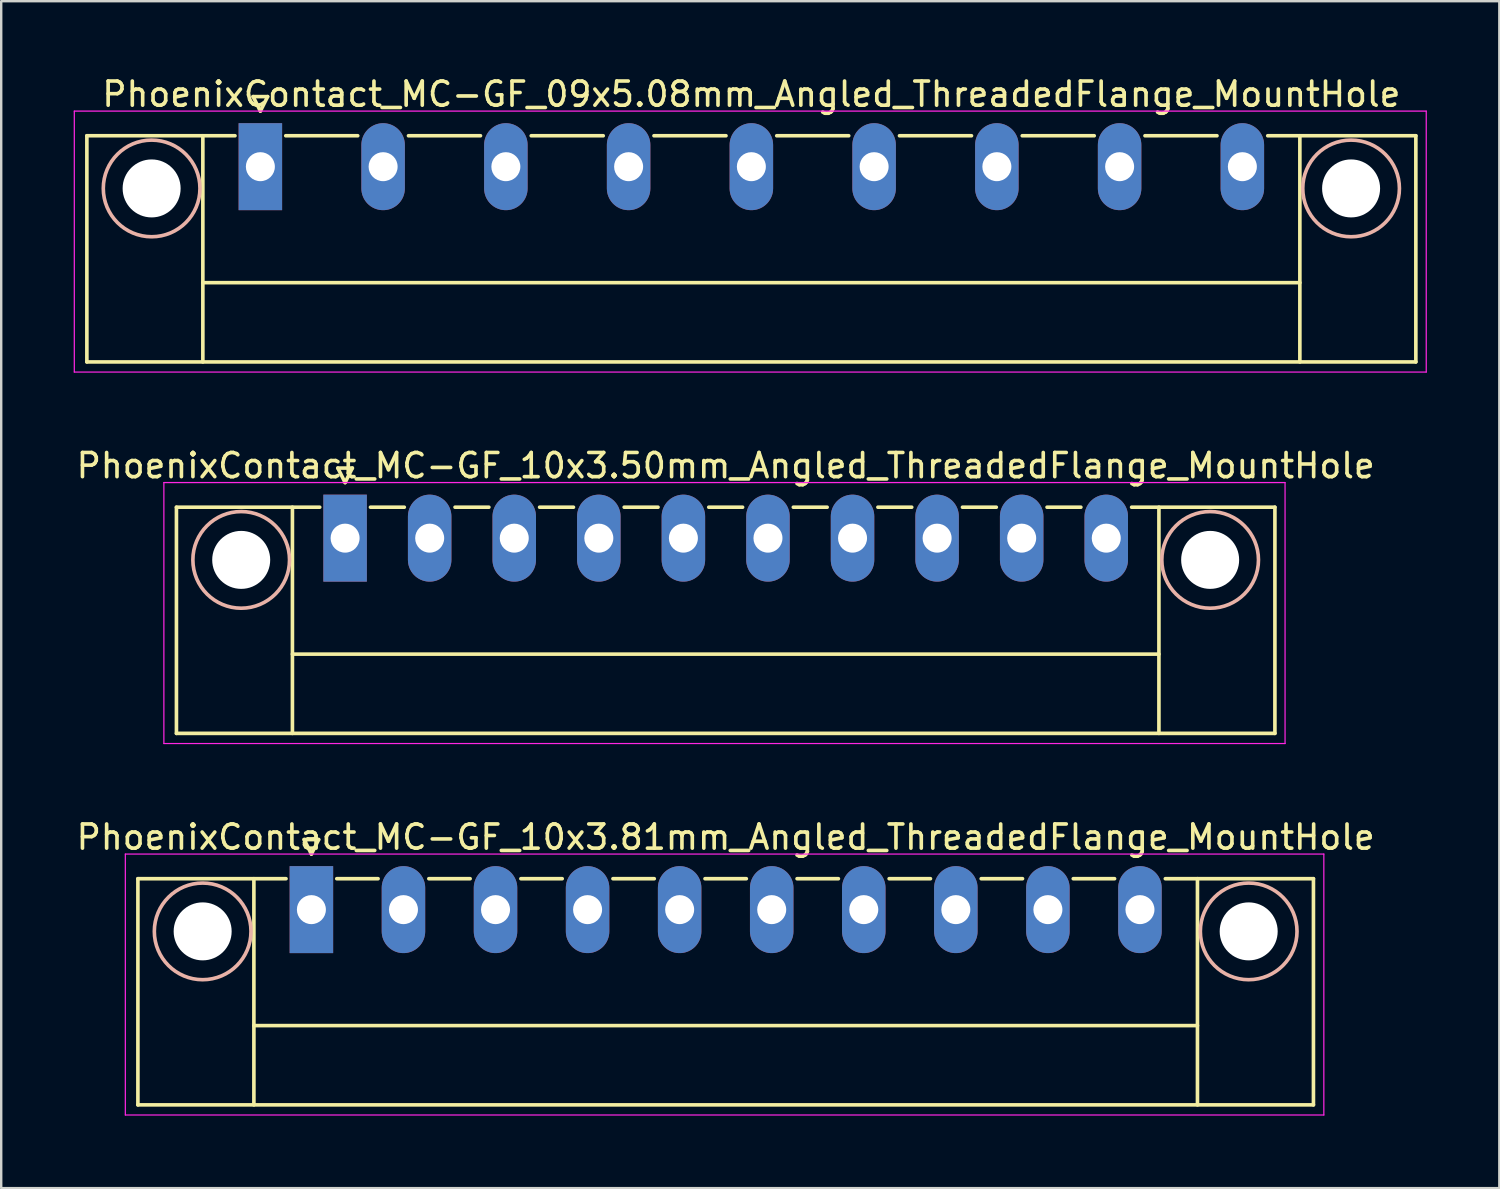
<source format=kicad_pcb>
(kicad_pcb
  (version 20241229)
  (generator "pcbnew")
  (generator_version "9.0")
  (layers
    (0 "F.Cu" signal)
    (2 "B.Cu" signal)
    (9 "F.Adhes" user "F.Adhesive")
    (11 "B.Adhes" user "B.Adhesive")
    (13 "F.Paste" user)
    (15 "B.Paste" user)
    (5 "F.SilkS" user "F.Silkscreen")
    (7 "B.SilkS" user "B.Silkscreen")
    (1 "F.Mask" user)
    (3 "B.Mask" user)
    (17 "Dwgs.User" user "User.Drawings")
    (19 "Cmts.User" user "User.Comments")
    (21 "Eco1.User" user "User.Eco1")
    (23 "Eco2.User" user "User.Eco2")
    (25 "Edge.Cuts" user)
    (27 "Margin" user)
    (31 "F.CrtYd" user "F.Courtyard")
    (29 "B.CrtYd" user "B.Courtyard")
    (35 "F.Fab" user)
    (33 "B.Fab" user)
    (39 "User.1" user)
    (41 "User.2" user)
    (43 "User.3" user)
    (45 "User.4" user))
  (footprint "PhoenixContact_MC-GF_10x3.50mm_Angled_ThreadedFlange_MountHole"
    (layer "F.Cu")
    (at 11.232 19.221)
    (property "Reference" "PhoenixContact_MC-GF_10x3.50mm_Angled_ThreadedFlange_MountHole" (at 15.75 -3 0) (layer "F.SilkS") (effects (font (size 1 1) (thickness 0.15))))
    (attr through_hole)
    (fp_line (start -6.98 -1.28) (end -6.98 8.08) (stroke (width 0.15) (type solid)) (layer "F.SilkS"))
    (fp_line (start -6.98 -1.28) (end -1.05 -1.28) (stroke (width 0.15) (type solid)) (layer "F.SilkS"))
    (fp_line (start -6.98 8.08) (end 38.48 8.08) (stroke (width 0.15) (type solid)) (layer "F.SilkS"))
    (fp_line (start -2.18 -1.28) (end -2.18 8.08) (stroke (width 0.15) (type solid)) (layer "F.SilkS"))
    (fp_line (start -2.18 4.8) (end 33.68 4.8) (stroke (width 0.15) (type solid)) (layer "F.SilkS"))
    (fp_line (start -0.3 -2.9) (end 0 -2.3) (stroke (width 0.15) (type solid)) (layer "F.SilkS"))
    (fp_line (start 0 -2.3) (end 0.3 -2.9) (stroke (width 0.15) (type solid)) (layer "F.SilkS"))
    (fp_line (start 0.3 -2.9) (end -0.3 -2.9) (stroke (width 0.15) (type solid)) (layer "F.SilkS"))
    (fp_line (start 1.05 -1.28) (end 2.45 -1.28) (stroke (width 0.15) (type solid)) (layer "F.SilkS"))
    (fp_line (start 4.55 -1.28) (end 5.95 -1.28) (stroke (width 0.15) (type solid)) (layer "F.SilkS"))
    (fp_line (start 8.05 -1.28) (end 9.45 -1.28) (stroke (width 0.15) (type solid)) (layer "F.SilkS"))
    (fp_line (start 11.55 -1.28) (end 12.95 -1.28) (stroke (width 0.15) (type solid)) (layer "F.SilkS"))
    (fp_line (start 15.05 -1.28) (end 16.45 -1.28) (stroke (width 0.15) (type solid)) (layer "F.SilkS"))
    (fp_line (start 18.55 -1.28) (end 19.95 -1.28) (stroke (width 0.15) (type solid)) (layer "F.SilkS"))
    (fp_line (start 22.05 -1.28) (end 23.45 -1.28) (stroke (width 0.15) (type solid)) (layer "F.SilkS"))
    (fp_line (start 25.55 -1.28) (end 26.95 -1.28) (stroke (width 0.15) (type solid)) (layer "F.SilkS"))
    (fp_line (start 29.05 -1.28) (end 30.45 -1.28) (stroke (width 0.15) (type solid)) (layer "F.SilkS"))
    (fp_line (start 33.68 -1.28) (end 33.68 8.08) (stroke (width 0.15) (type solid)) (layer "F.SilkS"))
    (fp_line (start 38.48 -1.28) (end 32.55 -1.28) (stroke (width 0.15) (type solid)) (layer "F.SilkS"))
    (fp_line (start 38.48 8.08) (end 38.48 -1.28) (stroke (width 0.15) (type solid)) (layer "F.SilkS"))
    (fp_circle (center -4.3 0.9) (end -2.3 0.9) (stroke (width 0.15) (type solid)) (fill no) (layer "B.SilkS"))
    (fp_circle (center 35.8 0.9) (end 37.8 0.9) (stroke (width 0.15) (type solid)) (fill no) (layer "B.SilkS"))
    (fp_line (start -7.5 -2.3) (end -7.5 8.5) (stroke (width 0.05) (type solid)) (layer "F.CrtYd"))
    (fp_line (start -7.5 8.5) (end 38.9 8.5) (stroke (width 0.05) (type solid)) (layer "F.CrtYd"))
    (fp_line (start 38.9 -2.3) (end -7.5 -2.3) (stroke (width 0.05) (type solid)) (layer "F.CrtYd"))
    (fp_line (start 38.9 8.5) (end 38.9 -2.3) (stroke (width 0.05) (type solid)) (layer "F.CrtYd"))
    (pad "" np_thru_hole circle (at -4.3 0.9) (size 2.4 2.4) (drill 2.4) (layers "*.Cu" "*.Mask"))
    (pad "" np_thru_hole circle (at 35.8 0.9) (size 2.4 2.4) (drill 2.4) (layers "*.Cu" "*.Mask"))
    (pad "1" thru_hole rect (at 0 0) (size 1.8 3.6) (drill 1.2) (layers "*.Cu" "*.Mask"))
    (pad "2" thru_hole oval (at 3.5 0) (size 1.8 3.6) (drill 1.2) (layers "*.Cu" "*.Mask"))
    (pad "3" thru_hole oval (at 7 0) (size 1.8 3.6) (drill 1.2) (layers "*.Cu" "*.Mask"))
    (pad "4" thru_hole oval (at 10.5 0) (size 1.8 3.6) (drill 1.2) (layers "*.Cu" "*.Mask"))
    (pad "5" thru_hole oval (at 14 0) (size 1.8 3.6) (drill 1.2) (layers "*.Cu" "*.Mask"))
    (pad "6" thru_hole oval (at 17.5 0) (size 1.8 3.6) (drill 1.2) (layers "*.Cu" "*.Mask"))
    (pad "7" thru_hole oval (at 21 0) (size 1.8 3.6) (drill 1.2) (layers "*.Cu" "*.Mask"))
    (pad "8" thru_hole oval (at 24.5 0) (size 1.8 3.6) (drill 1.2) (layers "*.Cu" "*.Mask"))
    (pad "9" thru_hole oval (at 28 0) (size 1.8 3.6) (drill 1.2) (layers "*.Cu" "*.Mask"))
    (pad "10" thru_hole oval (at 31.5 0) (size 1.8 3.6) (drill 1.2) (layers "*.Cu" "*.Mask")))
  (footprint "PhoenixContact_MC-GF_09x5.08mm_Angled_ThreadedFlange_MountHole"
    (layer "F.Cu")
    (at 7.725 3.848)
    (property "Reference" "PhoenixContact_MC-GF_09x5.08mm_Angled_ThreadedFlange_MountHole" (at 20.32 -3 0) (layer "F.SilkS") (effects (font (size 1 1) (thickness 0.15))))
    (attr through_hole)
    (fp_line (start -7.18 -1.28) (end -7.18 8.08) (stroke (width 0.15) (type solid)) (layer "F.SilkS"))
    (fp_line (start -7.18 -1.28) (end -1.05 -1.28) (stroke (width 0.15) (type solid)) (layer "F.SilkS"))
    (fp_line (start -7.18 8.08) (end 47.82 8.08) (stroke (width 0.15) (type solid)) (layer "F.SilkS"))
    (fp_line (start -2.38 -1.28) (end -2.38 8.08) (stroke (width 0.15) (type solid)) (layer "F.SilkS"))
    (fp_line (start -2.38 4.8) (end 43.02 4.8) (stroke (width 0.15) (type solid)) (layer "F.SilkS"))
    (fp_line (start -0.3 -2.9) (end 0 -2.3) (stroke (width 0.15) (type solid)) (layer "F.SilkS"))
    (fp_line (start 0 -2.3) (end 0.3 -2.9) (stroke (width 0.15) (type solid)) (layer "F.SilkS"))
    (fp_line (start 0.3 -2.9) (end -0.3 -2.9) (stroke (width 0.15) (type solid)) (layer "F.SilkS"))
    (fp_line (start 1.05 -1.28) (end 4.03 -1.28) (stroke (width 0.15) (type solid)) (layer "F.SilkS"))
    (fp_line (start 6.13 -1.28) (end 9.11 -1.28) (stroke (width 0.15) (type solid)) (layer "F.SilkS"))
    (fp_line (start 11.21 -1.28) (end 14.19 -1.28) (stroke (width 0.15) (type solid)) (layer "F.SilkS"))
    (fp_line (start 16.29 -1.28) (end 19.27 -1.28) (stroke (width 0.15) (type solid)) (layer "F.SilkS"))
    (fp_line (start 21.37 -1.28) (end 24.35 -1.28) (stroke (width 0.15) (type solid)) (layer "F.SilkS"))
    (fp_line (start 26.45 -1.28) (end 29.43 -1.28) (stroke (width 0.15) (type solid)) (layer "F.SilkS"))
    (fp_line (start 31.53 -1.28) (end 34.51 -1.28) (stroke (width 0.15) (type solid)) (layer "F.SilkS"))
    (fp_line (start 36.61 -1.28) (end 39.59 -1.28) (stroke (width 0.15) (type solid)) (layer "F.SilkS"))
    (fp_line (start 43.02 -1.28) (end 43.02 8.08) (stroke (width 0.15) (type solid)) (layer "F.SilkS"))
    (fp_line (start 47.82 -1.28) (end 41.69 -1.28) (stroke (width 0.15) (type solid)) (layer "F.SilkS"))
    (fp_line (start 47.82 8.08) (end 47.82 -1.28) (stroke (width 0.15) (type solid)) (layer "F.SilkS"))
    (fp_circle (center -4.5 0.9) (end -2.5 0.9) (stroke (width 0.15) (type solid)) (fill no) (layer "B.SilkS"))
    (fp_circle (center 45.14 0.9) (end 47.14 0.9) (stroke (width 0.15) (type solid)) (fill no) (layer "B.SilkS"))
    (fp_line (start -7.7 -2.3) (end -7.7 8.5) (stroke (width 0.05) (type solid)) (layer "F.CrtYd"))
    (fp_line (start -7.7 8.5) (end 48.25 8.5) (stroke (width 0.05) (type solid)) (layer "F.CrtYd"))
    (fp_line (start 48.25 -2.3) (end -7.7 -2.3) (stroke (width 0.05) (type solid)) (layer "F.CrtYd"))
    (fp_line (start 48.25 8.5) (end 48.25 -2.3) (stroke (width 0.05) (type solid)) (layer "F.CrtYd"))
    (pad "" np_thru_hole circle (at -4.5 0.9) (size 2.4 2.4) (drill 2.4) (layers "*.Cu" "*.Mask"))
    (pad "" np_thru_hole circle (at 45.14 0.9) (size 2.4 2.4) (drill 2.4) (layers "*.Cu" "*.Mask"))
    (pad "1" thru_hole rect (at 0 0) (size 1.8 3.6) (drill 1.2) (layers "*.Cu" "*.Mask"))
    (pad "2" thru_hole oval (at 5.08 0) (size 1.8 3.6) (drill 1.2) (layers "*.Cu" "*.Mask"))
    (pad "3" thru_hole oval (at 10.16 0) (size 1.8 3.6) (drill 1.2) (layers "*.Cu" "*.Mask"))
    (pad "4" thru_hole oval (at 15.24 0) (size 1.8 3.6) (drill 1.2) (layers "*.Cu" "*.Mask"))
    (pad "5" thru_hole oval (at 20.32 0) (size 1.8 3.6) (drill 1.2) (layers "*.Cu" "*.Mask"))
    (pad "6" thru_hole oval (at 25.4 0) (size 1.8 3.6) (drill 1.2) (layers "*.Cu" "*.Mask"))
    (pad "7" thru_hole oval (at 30.48 0) (size 1.8 3.6) (drill 1.2) (layers "*.Cu" "*.Mask"))
    (pad "8" thru_hole oval (at 35.56 0) (size 1.8 3.6) (drill 1.2) (layers "*.Cu" "*.Mask"))
    (pad "9" thru_hole oval (at 40.64 0) (size 1.8 3.6) (drill 1.2) (layers "*.Cu" "*.Mask")))
  (footprint "PhoenixContact_MC-GF_10x3.81mm_Angled_ThreadedFlange_MountHole"
    (layer "F.Cu")
    (at 9.837 34.595)
    (property "Reference" "PhoenixContact_MC-GF_10x3.81mm_Angled_ThreadedFlange_MountHole" (at 17.145 -3 0) (layer "F.SilkS") (effects (font (size 1 1) (thickness 0.15))))
    (attr through_hole)
    (fp_line (start -7.18 -1.28) (end -7.18 8.08) (stroke (width 0.15) (type solid)) (layer "F.SilkS"))
    (fp_line (start -7.18 -1.28) (end -1.05 -1.28) (stroke (width 0.15) (type solid)) (layer "F.SilkS"))
    (fp_line (start -7.18 8.08) (end 41.47 8.08) (stroke (width 0.15) (type solid)) (layer "F.SilkS"))
    (fp_line (start -2.38 -1.28) (end -2.38 8.08) (stroke (width 0.15) (type solid)) (layer "F.SilkS"))
    (fp_line (start -2.38 4.8) (end 36.67 4.8) (stroke (width 0.15) (type solid)) (layer "F.SilkS"))
    (fp_line (start -0.3 -2.9) (end 0 -2.3) (stroke (width 0.15) (type solid)) (layer "F.SilkS"))
    (fp_line (start 0 -2.3) (end 0.3 -2.9) (stroke (width 0.15) (type solid)) (layer "F.SilkS"))
    (fp_line (start 0.3 -2.9) (end -0.3 -2.9) (stroke (width 0.15) (type solid)) (layer "F.SilkS"))
    (fp_line (start 1.05 -1.28) (end 2.76 -1.28) (stroke (width 0.15) (type solid)) (layer "F.SilkS"))
    (fp_line (start 4.86 -1.28) (end 6.57 -1.28) (stroke (width 0.15) (type solid)) (layer "F.SilkS"))
    (fp_line (start 8.67 -1.28) (end 10.38 -1.28) (stroke (width 0.15) (type solid)) (layer "F.SilkS"))
    (fp_line (start 12.48 -1.28) (end 14.19 -1.28) (stroke (width 0.15) (type solid)) (layer "F.SilkS"))
    (fp_line (start 16.29 -1.28) (end 18 -1.28) (stroke (width 0.15) (type solid)) (layer "F.SilkS"))
    (fp_line (start 20.1 -1.28) (end 21.81 -1.28) (stroke (width 0.15) (type solid)) (layer "F.SilkS"))
    (fp_line (start 23.91 -1.28) (end 25.62 -1.28) (stroke (width 0.15) (type solid)) (layer "F.SilkS"))
    (fp_line (start 27.72 -1.28) (end 29.43 -1.28) (stroke (width 0.15) (type solid)) (layer "F.SilkS"))
    (fp_line (start 31.53 -1.28) (end 33.24 -1.28) (stroke (width 0.15) (type solid)) (layer "F.SilkS"))
    (fp_line (start 36.67 -1.28) (end 36.67 8.08) (stroke (width 0.15) (type solid)) (layer "F.SilkS"))
    (fp_line (start 41.47 -1.28) (end 35.34 -1.28) (stroke (width 0.15) (type solid)) (layer "F.SilkS"))
    (fp_line (start 41.47 8.08) (end 41.47 -1.28) (stroke (width 0.15) (type solid)) (layer "F.SilkS"))
    (fp_circle (center -4.5 0.9) (end -2.5 0.9) (stroke (width 0.15) (type solid)) (fill no) (layer "B.SilkS"))
    (fp_circle (center 38.79 0.9) (end 40.79 0.9) (stroke (width 0.15) (type solid)) (fill no) (layer "B.SilkS"))
    (fp_line (start -7.7 -2.3) (end -7.7 8.5) (stroke (width 0.05) (type solid)) (layer "F.CrtYd"))
    (fp_line (start -7.7 8.5) (end 41.9 8.5) (stroke (width 0.05) (type solid)) (layer "F.CrtYd"))
    (fp_line (start 41.9 -2.3) (end -7.7 -2.3) (stroke (width 0.05) (type solid)) (layer "F.CrtYd"))
    (fp_line (start 41.9 8.5) (end 41.9 -2.3) (stroke (width 0.05) (type solid)) (layer "F.CrtYd"))
    (pad "" np_thru_hole circle (at -4.5 0.9) (size 2.4 2.4) (drill 2.4) (layers "*.Cu" "*.Mask"))
    (pad "" np_thru_hole circle (at 38.79 0.9) (size 2.4 2.4) (drill 2.4) (layers "*.Cu" "*.Mask"))
    (pad "1" thru_hole rect (at 0 0) (size 1.8 3.6) (drill 1.2) (layers "*.Cu" "*.Mask"))
    (pad "2" thru_hole oval (at 3.81 0) (size 1.8 3.6) (drill 1.2) (layers "*.Cu" "*.Mask"))
    (pad "3" thru_hole oval (at 7.62 0) (size 1.8 3.6) (drill 1.2) (layers "*.Cu" "*.Mask"))
    (pad "4" thru_hole oval (at 11.43 0) (size 1.8 3.6) (drill 1.2) (layers "*.Cu" "*.Mask"))
    (pad "5" thru_hole oval (at 15.24 0) (size 1.8 3.6) (drill 1.2) (layers "*.Cu" "*.Mask"))
    (pad "6" thru_hole oval (at 19.05 0) (size 1.8 3.6) (drill 1.2) (layers "*.Cu" "*.Mask"))
    (pad "7" thru_hole oval (at 22.86 0) (size 1.8 3.6) (drill 1.2) (layers "*.Cu" "*.Mask"))
    (pad "8" thru_hole oval (at 26.67 0) (size 1.8 3.6) (drill 1.2) (layers "*.Cu" "*.Mask"))
    (pad "9" thru_hole oval (at 30.48 0) (size 1.8 3.6) (drill 1.2) (layers "*.Cu" "*.Mask"))
    (pad "10" thru_hole oval (at 34.29 0) (size 1.8 3.6) (drill 1.2) (layers "*.Cu" "*.Mask")))
  (gr_rect
    (start -3 -3)
    (end 59 46.12)
    (stroke (width 0.1) (type default))
    (fill no)
    (layer "Edge.Cuts")))
</source>
